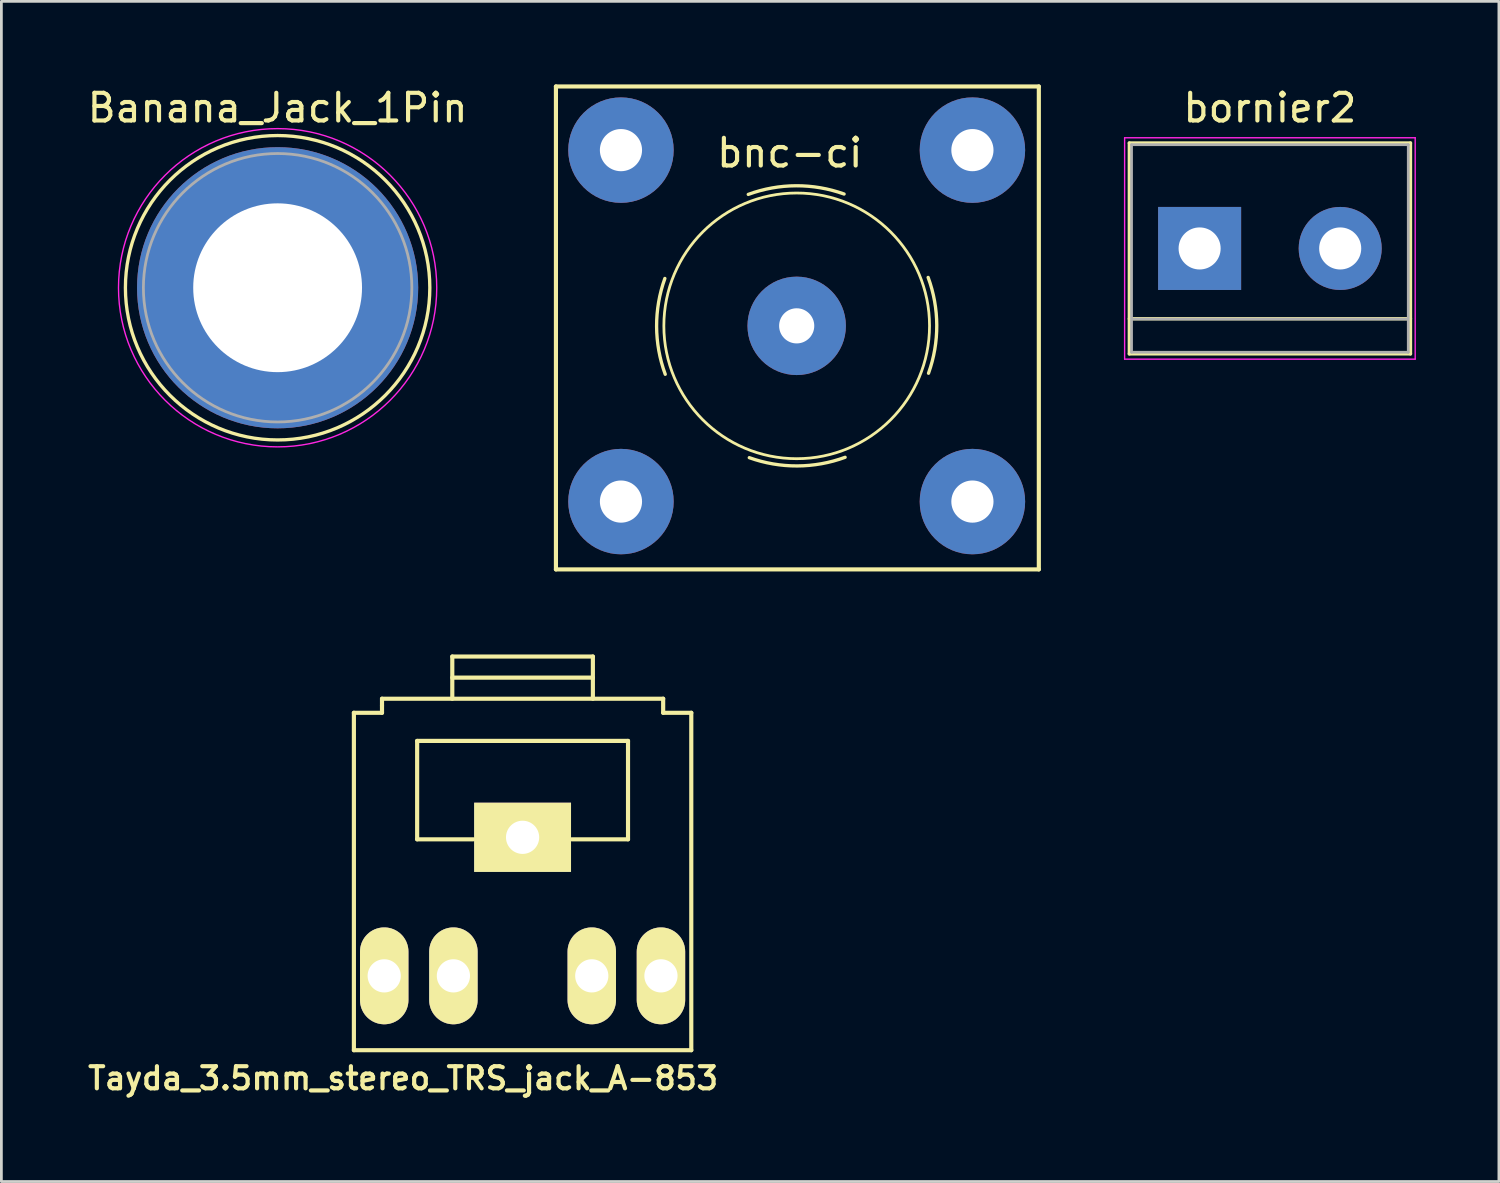
<source format=kicad_pcb>
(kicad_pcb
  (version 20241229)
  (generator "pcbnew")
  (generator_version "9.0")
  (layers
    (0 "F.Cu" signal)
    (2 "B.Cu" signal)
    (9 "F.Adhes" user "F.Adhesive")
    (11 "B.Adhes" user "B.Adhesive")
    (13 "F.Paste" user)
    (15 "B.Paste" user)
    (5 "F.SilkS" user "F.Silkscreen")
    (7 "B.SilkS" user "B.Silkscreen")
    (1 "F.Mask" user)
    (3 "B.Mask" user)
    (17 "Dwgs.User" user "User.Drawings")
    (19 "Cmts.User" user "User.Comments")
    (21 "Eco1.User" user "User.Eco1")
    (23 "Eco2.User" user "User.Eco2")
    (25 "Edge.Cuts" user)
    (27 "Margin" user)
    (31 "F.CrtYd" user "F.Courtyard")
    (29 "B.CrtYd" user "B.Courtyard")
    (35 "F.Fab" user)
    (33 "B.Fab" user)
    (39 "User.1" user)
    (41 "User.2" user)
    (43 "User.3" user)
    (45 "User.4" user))
  (footprint "Tayda_3.5mm_stereo_TRS_jack_A-853"
    (layer "F.Cu")
    (at 15.834 28.803)
    (property "Reference" "Tayda_3.5mm_stereo_TRS_jack_A-853" (at -4.318 7.112 0) (layer "F.SilkS") (effects (font (size 0.8 0.8) (thickness 0.15))))
    (attr through_hole)
    (fp_line (start -6.096 6.096) (end -6.096 -6.096) (stroke (width 0.15) (type solid)) (layer "F.SilkS"))
    (fp_line (start -5.08 -6.604) (end 5.08 -6.604) (stroke (width 0.15) (type solid)) (layer "F.SilkS"))
    (fp_line (start -5.08 -6.35) (end -5.08 -6.604) (stroke (width 0.15) (type solid)) (layer "F.SilkS"))
    (fp_line (start -5.08 -6.096) (end -6.096 -6.096) (stroke (width 0.15) (type solid)) (layer "F.SilkS"))
    (fp_line (start -5.08 -6.096) (end -5.08 -6.35) (stroke (width 0.15) (type solid)) (layer "F.SilkS"))
    (fp_line (start -3.81 -5.08) (end 3.81 -5.08) (stroke (width 0.15) (type solid)) (layer "F.SilkS"))
    (fp_line (start -3.81 -1.524) (end -3.81 -5.08) (stroke (width 0.15) (type solid)) (layer "F.SilkS"))
    (fp_line (start -2.54 -8.128) (end -2.54 -6.604) (stroke (width 0.15) (type solid)) (layer "F.SilkS"))
    (fp_line (start -2.54 -8.128) (end 2.54 -8.128) (stroke (width 0.15) (type solid)) (layer "F.SilkS"))
    (fp_line (start -2.54 -7.366) (end 2.54 -7.366) (stroke (width 0.15) (type solid)) (layer "F.SilkS"))
    (fp_line (start -1.778 -1.524) (end -3.81 -1.524) (stroke (width 0.15) (type solid)) (layer "F.SilkS"))
    (fp_line (start 2.54 -6.604) (end 2.54 -8.128) (stroke (width 0.15) (type solid)) (layer "F.SilkS"))
    (fp_line (start 3.81 -5.08) (end 3.81 -1.524) (stroke (width 0.15) (type solid)) (layer "F.SilkS"))
    (fp_line (start 3.81 -1.524) (end 1.778 -1.524) (stroke (width 0.15) (type solid)) (layer "F.SilkS"))
    (fp_line (start 5.08 -6.604) (end 5.08 -6.096) (stroke (width 0.15) (type solid)) (layer "F.SilkS"))
    (fp_line (start 6.096 -6.096) (end 5.08 -6.096) (stroke (width 0.15) (type solid)) (layer "F.SilkS"))
    (fp_line (start 6.096 -6.096) (end 6.096 6.096) (stroke (width 0.15) (type solid)) (layer "F.SilkS"))
    (fp_line (start 6.096 6.096) (end -6.096 6.096) (stroke (width 0.15) (type solid)) (layer "F.SilkS"))
    (pad "1" thru_hole rect (at 0 -1.596) (size 3.5 2.5) (drill 1.2) (layers "*.Mask" "B.Cu" "F.SilkS"))
    (pad "2" thru_hole oval (at 5 3.41) (size 1.75 3.5) (drill 1.2) (layers "*.Mask" "B.Cu" "F.SilkS"))
    (pad "3" thru_hole oval (at -5 3.41) (size 1.75 3.5) (drill 1.2) (layers "*.Mask" "B.Cu" "F.SilkS"))
    (pad "4" thru_hole oval (at 2.5 3.41) (size 1.75 3.5) (drill 1.2) (layers "*.Mask" "B.Cu" "F.SilkS"))
    (pad "5" thru_hole oval (at -2.5 3.41) (size 1.75 3.5) (drill 1.2) (layers "*.Mask" "B.Cu" "F.SilkS")))
  (footprint "bornier2"
    (layer "F.Cu")
    (at 40.299 5.928)
    (property "Reference" "bornier2" (at 2.54 -5.08 0) (layer "F.SilkS") (effects (font (size 1 1) (thickness 0.15))))
    (attr through_hole)
    (fp_line (start -2.54 -3.81) (end -2.54 3.81) (stroke (width 0.12) (type solid)) (layer "F.SilkS"))
    (fp_line (start -2.54 3.81) (end 7.62 3.81) (stroke (width 0.12) (type solid)) (layer "F.SilkS"))
    (fp_line (start 7.62 -3.81) (end -2.54 -3.81) (stroke (width 0.12) (type solid)) (layer "F.SilkS"))
    (fp_line (start 7.62 2.54) (end -2.54 2.54) (stroke (width 0.12) (type solid)) (layer "F.SilkS"))
    (fp_line (start 7.62 3.81) (end 7.62 -3.81) (stroke (width 0.12) (type solid)) (layer "F.SilkS"))
    (fp_line (start -2.71 -4) (end -2.71 4) (stroke (width 0.05) (type solid)) (layer "F.CrtYd"))
    (fp_line (start -2.71 -4) (end 7.79 -4) (stroke (width 0.05) (type solid)) (layer "F.CrtYd"))
    (fp_line (start 7.79 4) (end -2.71 4) (stroke (width 0.05) (type solid)) (layer "F.CrtYd"))
    (fp_line (start 7.79 4) (end 7.79 -4) (stroke (width 0.05) (type solid)) (layer "F.CrtYd"))
    (fp_line (start -2.46 -3.75) (end -2.46 3.75) (stroke (width 0.1) (type solid)) (layer "F.Fab"))
    (fp_line (start -2.46 3.75) (end 7.54 3.75) (stroke (width 0.1) (type solid)) (layer "F.Fab"))
    (fp_line (start -2.41 2.55) (end 7.49 2.55) (stroke (width 0.1) (type solid)) (layer "F.Fab"))
    (fp_line (start 7.54 -3.75) (end -2.46 -3.75) (stroke (width 0.1) (type solid)) (layer "F.Fab"))
    (fp_line (start 7.54 3.75) (end 7.54 -3.75) (stroke (width 0.1) (type solid)) (layer "F.Fab"))
    (pad "1" thru_hole rect (at 0 0) (size 3 3) (drill 1.52) (layers "*.Mask" "B.Cu"))
    (pad "2" thru_hole circle (at 5.08 0) (size 3 3) (drill 1.52) (layers "*.Mask" "B.Cu")))
  (footprint "bnc-ci"
    (layer "F.Cu")
    (at 25.739 8.725)
    (property "Reference" "bnc-ci" (at -0.25 -6.25 0) (layer "F.SilkS") (effects (font (size 1 1) (thickness 0.15))))
    (attr through_hole)
    (fp_line (start -8.7 -8.65) (end -8.7 8.8) (stroke (width 0.15) (type solid)) (layer "F.SilkS"))
    (fp_line (start -8.7 -8.65) (end 8.75 -8.65) (stroke (width 0.15) (type solid)) (layer "F.SilkS"))
    (fp_line (start -8.7 8.8) (end 8.75 8.8) (stroke (width 0.15) (type solid)) (layer "F.SilkS"))
    (fp_line (start 8.75 -8.65) (end 8.75 8.8) (stroke (width 0.15) (type solid)) (layer "F.SilkS"))
    (fp_arc (start -4.75 1.75) (mid -5.062075 0.019867) (end -4.763589 -1.712663) (stroke (width 0.12) (type solid)) (layer "F.SilkS"))
    (fp_arc (start -1.75 -4.75) (mid -0.019867 -5.062075) (end 1.712663 -4.763589) (stroke (width 0.12) (type solid)) (layer "F.SilkS"))
    (fp_arc (start 1.75 4.75) (mid 0.019867 5.062075) (end -1.712663 4.763589) (stroke (width 0.12) (type solid)) (layer "F.SilkS"))
    (fp_arc (start 4.75 -1.75) (mid 5.062075 -0.019867) (end 4.763589 1.712663) (stroke (width 0.12) (type solid)) (layer "F.SilkS"))
    (fp_circle (center 0 0) (end 4.8 0) (stroke (width 0.1) (type solid)) (fill no) (layer "F.SilkS"))
    (pad "1" thru_hole circle (at 0 0) (size 3.556 3.556) (drill 1.27) (layers "*.Mask" "B.Cu"))
    (pad "2" thru_hole circle (at -6.35 -6.35) (size 3.81 3.81) (drill 1.524) (layers "*.Mask" "B.Cu"))
    (pad "2" thru_hole circle (at -6.35 6.35) (size 3.81 3.81) (drill 1.524) (layers "*.Mask" "B.Cu"))
    (pad "2" thru_hole circle (at 6.35 -6.35) (size 3.81 3.81) (drill 1.524) (layers "*.Mask" "B.Cu"))
    (pad "2" thru_hole circle (at 6.35 6.35) (size 3.81 3.81) (drill 1.524) (layers "*.Mask" "B.Cu")))
  (footprint "Banana_Jack_1Pin"
    (layer "F.Cu")
    (at 6.982 7.348)
    (property "Reference" "Banana_Jack_1Pin" (at 0 -6.5 0) (layer "F.SilkS") (effects (font (size 1 1) (thickness 0.15))))
    (attr through_hole)
    (fp_circle (center 0 0) (end 5.5 0) (stroke (width 0.12) (type solid)) (fill no) (layer "F.SilkS"))
    (fp_circle (center 0 0) (end 5.75 0) (stroke (width 0.05) (type solid)) (fill no) (layer "F.CrtYd"))
    (fp_circle (center 0 0) (end 2 0) (stroke (width 0.1) (type solid)) (fill no) (layer "F.Fab"))
    (fp_circle (center 0 0) (end 4.85 0.05) (stroke (width 0.1) (type solid)) (fill no) (layer "F.Fab"))
    (pad "1" thru_hole circle (at 0 0) (size 10.16 10.16) (drill 6.1) (layers "*.Mask" "B.Cu")))
  (gr_rect
    (start -3 -3)
    (end 51.114 39.646)
    (stroke (width 0.1) (type default))
    (fill no)
    (layer "Edge.Cuts")))
</source>
